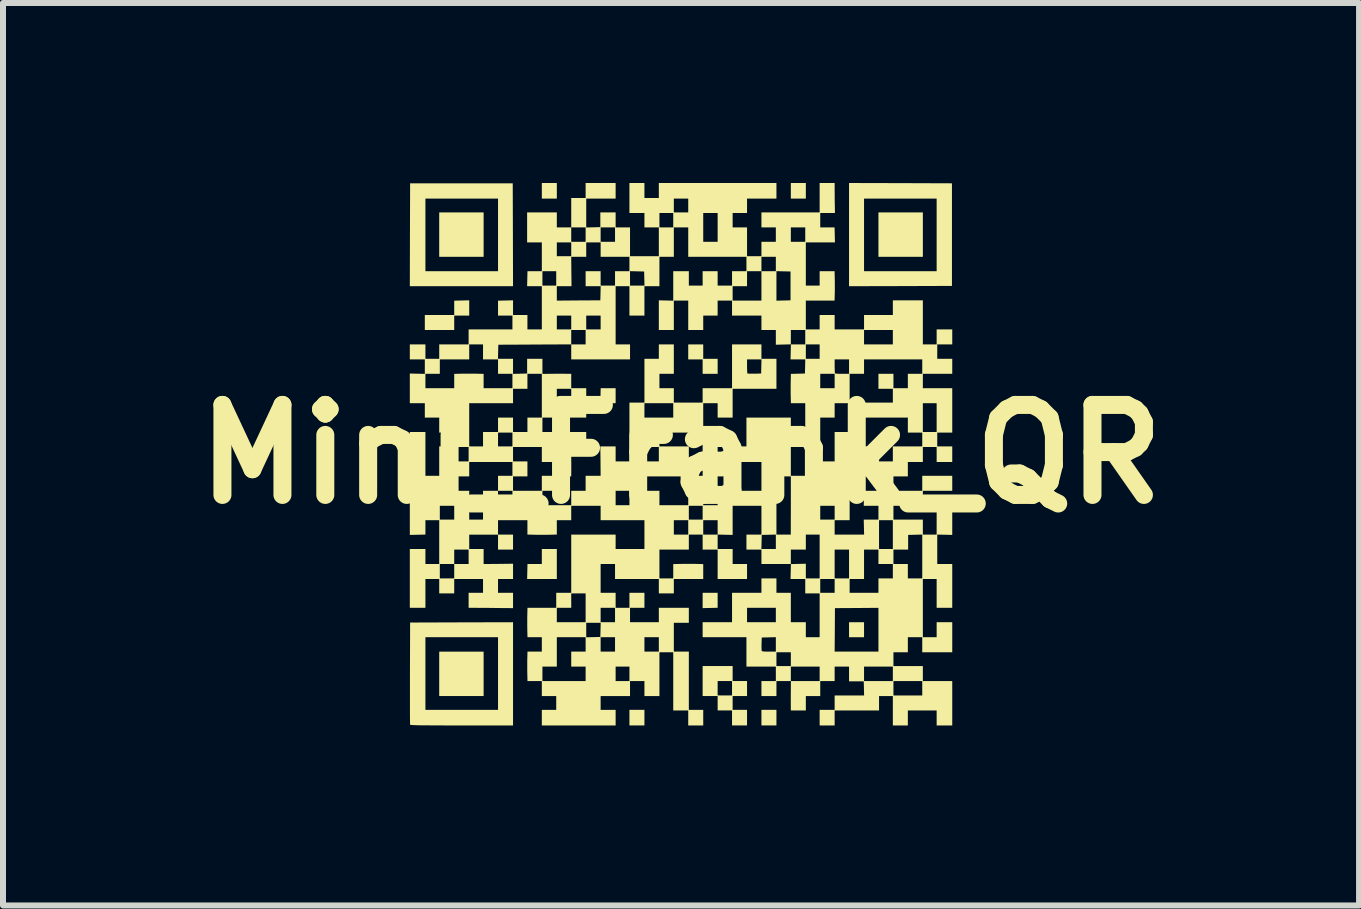
<source format=kicad_pcb>
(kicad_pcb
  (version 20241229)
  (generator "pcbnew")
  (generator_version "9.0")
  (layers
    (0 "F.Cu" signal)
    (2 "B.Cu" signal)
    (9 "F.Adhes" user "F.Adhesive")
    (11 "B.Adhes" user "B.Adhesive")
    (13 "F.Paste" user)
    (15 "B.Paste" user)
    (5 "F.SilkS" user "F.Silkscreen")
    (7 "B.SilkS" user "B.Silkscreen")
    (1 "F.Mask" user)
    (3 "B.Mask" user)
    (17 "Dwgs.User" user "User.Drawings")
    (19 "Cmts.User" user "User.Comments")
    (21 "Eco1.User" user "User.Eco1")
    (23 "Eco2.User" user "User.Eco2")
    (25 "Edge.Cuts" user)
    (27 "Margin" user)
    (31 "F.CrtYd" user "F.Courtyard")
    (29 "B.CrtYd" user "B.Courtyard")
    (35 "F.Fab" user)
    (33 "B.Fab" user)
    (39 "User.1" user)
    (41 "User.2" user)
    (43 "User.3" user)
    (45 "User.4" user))
  (footprint "Mini_Frank_QR"
    (layer "F.Cu")
    (at 8.3 4.52)
    (property "Reference" "Mini_Frank_QR" (at 0 0 0) (layer "F.SilkS") (effects (font (size 1.5 1.5) (thickness 0.3))))
    (attr board_only exclude_from_pos_files exclude_from_bom)
    (fp_poly (pts (xy -3.29 -3.66) (xy -3.29 -3.29) (xy -3.66 -3.29) (xy -4.03 -3.29) (xy -4.03 -3.66) (xy -4.03 -4.03) (xy -3.66 -4.03) (xy -3.29 -4.03)) (stroke (width 0) (type solid)) (fill yes) (layer "F.SilkS"))
    (fp_poly (pts (xy -3.29 3.66) (xy -3.29 4.03) (xy -3.66 4.03) (xy -4.03 4.03) (xy -4.03 3.66) (xy -4.03 3.29) (xy -3.66 3.29) (xy -3.29 3.29)) (stroke (width 0) (type solid)) (fill yes) (layer "F.SilkS"))
    (fp_poly (pts (xy -2.07 -4.39) (xy -2.07 -4.26) (xy -2.195 -4.26) (xy -2.32 -4.26) (xy -2.32 -4.39) (xy -2.32 -4.52) (xy -2.195 -4.52) (xy -2.07 -4.52)) (stroke (width 0) (type solid)) (fill yes) (layer "F.SilkS"))
    (fp_poly (pts (xy -1.09 -0.975) (xy -1.09 -0.85) (xy -1.218 -0.85) (xy -1.345 -0.85) (xy -1.342 -0.975) (xy -1.339 -1.1) (xy -1.214 -1.1) (xy -1.09 -1.1)) (stroke (width 0) (type solid)) (fill yes) (layer "F.SilkS"))
    (fp_poly (pts (xy -0.61 4.39) (xy -0.61 4.52) (xy -0.735 4.52) (xy -0.86 4.52) (xy -0.86 4.39) (xy -0.86 4.26) (xy -0.735 4.26) (xy -0.61 4.26)) (stroke (width 0) (type solid)) (fill yes) (layer "F.SilkS"))
    (fp_poly (pts (xy 0.61 2.434) (xy 0.61 2.559) (xy 0.485 2.562) (xy 0.36 2.565) (xy 0.36 2.438) (xy 0.36 2.31) (xy 0.485 2.31) (xy 0.61 2.31)) (stroke (width 0) (type solid)) (fill yes) (layer "F.SilkS"))
    (fp_poly (pts (xy 1.59 4.39) (xy 1.59 4.52) (xy 1.465 4.52) (xy 1.34 4.52) (xy 1.34 4.39) (xy 1.34 4.26) (xy 1.465 4.26) (xy 1.59 4.26)) (stroke (width 0) (type solid)) (fill yes) (layer "F.SilkS"))
    (fp_poly (pts (xy 2.08 -4.39) (xy 2.08 -4.26) (xy 1.955 -4.26) (xy 1.83 -4.26) (xy 1.83 -4.39) (xy 1.83 -4.52) (xy 1.955 -4.52) (xy 2.08 -4.52)) (stroke (width 0) (type solid)) (fill yes) (layer "F.SilkS"))
    (fp_poly (pts (xy 3.05 2.925) (xy 3.05 3.05) (xy 2.925 3.05) (xy 2.8 3.05) (xy 2.8 2.925) (xy 2.8 2.8) (xy 2.925 2.8) (xy 3.05 2.8)) (stroke (width 0) (type solid)) (fill yes) (layer "F.SilkS"))
    (fp_poly (pts (xy 4.03 -3.66) (xy 4.03 -3.29) (xy 3.66 -3.29) (xy 3.29 -3.29) (xy 3.29 -3.66) (xy 3.29 -4.03) (xy 3.66 -4.03) (xy 4.03 -4.03)) (stroke (width 0) (type solid)) (fill yes) (layer "F.SilkS"))
    (fp_poly (pts (xy -2.07 1.83) (xy -2.07 2.08) (xy -2.317 2.08) (xy -2.565 2.08) (xy -2.562 1.955) (xy -2.559 1.83) (xy -2.439 1.83) (xy -2.32 1.83) (xy -2.32 1.705) (xy -2.32 1.58) (xy -2.195 1.58) (xy -2.07 1.58)) (stroke (width 0) (type solid)) (fill yes) (layer "F.SilkS"))
    (fp_poly (pts (xy -3.53 -2.438) (xy -3.53 -2.31) (xy -3.655 -2.31) (xy -3.78 -2.31) (xy -3.78 -2.19) (xy -3.78 -2.07) (xy -4.025 -2.07) (xy -4.27 -2.07) (xy -4.27 -2.195) (xy -4.27 -2.32) (xy -4.025 -2.32) (xy -3.78 -2.32) (xy -3.78 -2.439) (xy -3.78 -2.559) (xy -3.655 -2.562) (xy -3.53 -2.565)) (stroke (width 0) (type solid)) (fill yes) (layer "F.SilkS"))
    (fp_poly (pts (xy 0.37 -1.71) (xy 0.37 -1.59) (xy 0.49 -1.59) (xy 0.61 -1.59) (xy 0.61 -1.465) (xy 0.61 -1.34) (xy 0.485 -1.34) (xy 0.36 -1.34) (xy 0.36 -1.46) (xy 0.36 -1.58) (xy 0.24 -1.58) (xy 0.12 -1.58) (xy 0.12 -1.705) (xy 0.12 -1.83) (xy 0.245 -1.83) (xy 0.37 -1.83)) (stroke (width 0) (type solid)) (fill yes) (layer "F.SilkS"))
    (fp_poly (pts (xy -2.802 -3.658) (xy -2.8 -2.8) (xy -3.66 -2.8) (xy -4.52 -2.8) (xy -4.518 -3.655) (xy -4.26 -3.655) (xy -4.26 -3.05) (xy -3.655 -3.05) (xy -3.05 -3.05) (xy -3.05 -3.655) (xy -3.05 -4.26) (xy -3.655 -4.26) (xy -4.26 -4.26) (xy -4.26 -3.655) (xy -4.518 -3.655) (xy -4.518 -3.658) (xy -4.515 -4.515) (xy -3.66 -4.515) (xy -2.805 -4.515)) (stroke (width 0) (type solid)) (fill yes) (layer "F.SilkS"))
    (fp_poly (pts (xy 3.658 -4.518) (xy 4.515 -4.515) (xy 4.515 -3.66) (xy 4.515 -2.805) (xy 3.658 -2.802) (xy 2.8 -2.8) (xy 2.8 -3.655) (xy 3.05 -3.655) (xy 3.05 -3.05) (xy 3.655 -3.05) (xy 4.26 -3.05) (xy 4.26 -3.655) (xy 4.26 -4.26) (xy 3.655 -4.26) (xy 3.05 -4.26) (xy 3.05 -3.655) (xy 2.8 -3.655) (xy 2.8 -3.66) (xy 2.8 -4.52)) (stroke (width 0) (type solid)) (fill yes) (layer "F.SilkS"))
    (fp_poly (pts (xy 0.86 3.655) (xy 0.86 3.78) (xy 0.98 3.78) (xy 1.1 3.78) (xy 1.1 3.905) (xy 1.1 4.03) (xy 0.98 4.03) (xy 0.86 4.03) (xy 0.86 4.145) (xy 0.86 4.26) (xy 0.98 4.26) (xy 1.1 4.26) (xy 1.1 4.39) (xy 1.1 4.52) (xy 0.975 4.52) (xy 0.85 4.52) (xy 0.85 4.395) (xy 0.85 4.27) (xy 0.73 4.27) (xy 0.61 4.27) (xy 0.61 4.15) (xy 0.61 4.03) (xy 0.485 4.03) (xy 0.36 4.03) (xy 0.36 3.9) (xy 0.61 3.9) (xy 0.61 4.02) (xy 0.73 4.02) (xy 0.85 4.02) (xy 0.85 3.9) (xy 0.85 3.78) (xy 0.73 3.78) (xy 0.61 3.78) (xy 0.61 3.9) (xy 0.36 3.9) (xy 0.36 3.78) (xy 0.36 3.53) (xy 0.61 3.53) (xy 0.86 3.53)) (stroke (width 0) (type solid)) (fill yes) (layer "F.SilkS"))
    (fp_poly (pts (xy -2.8 3.66) (xy -2.8 4.52) (xy -3.655 4.52) (xy -3.812 4.52) (xy -3.949 4.52) (xy -4.069 4.519) (xy -4.172 4.519) (xy -4.259 4.518) (xy -4.332 4.518) (xy -4.39 4.517) (xy -4.436 4.515) (xy -4.471 4.514) (xy -4.495 4.512) (xy -4.509 4.51) (xy -4.515 4.508) (xy -4.515 4.508) (xy -4.516 4.496) (xy -4.517 4.466) (xy -4.517 4.418) (xy -4.518 4.356) (xy -4.518 4.279) (xy -4.518 4.189) (xy -4.518 4.089) (xy -4.518 3.979) (xy -4.518 3.861) (xy -4.518 3.736) (xy -4.518 3.655) (xy -4.26 3.655) (xy -4.26 4.26) (xy -3.655 4.26) (xy -3.05 4.26) (xy -3.05 3.655) (xy -3.05 3.05) (xy -3.655 3.05) (xy -4.26 3.05) (xy -4.26 3.655) (xy -4.518 3.655) (xy -4.518 3.65) (xy -4.515 2.805) (xy -3.658 2.802) (xy -2.8 2.8)) (stroke (width 0) (type solid)) (fill yes) (layer "F.SilkS"))
    (fp_poly (pts (xy -1.09 -4.39) (xy -1.09 -4.26) (xy -1.335 -4.26) (xy -1.58 -4.26) (xy -1.58 -4.02) (xy -1.58 -3.779) (xy -1.462 -3.782) (xy -1.345 -3.785) (xy -1.345 -3.908) (xy -1.345 -4.03) (xy -1.218 -4.03) (xy -1.09 -4.03) (xy -1.09 -3.905) (xy -1.09 -3.78) (xy -0.97 -3.78) (xy -0.85 -3.78) (xy -0.85 -3.54) (xy -0.85 -3.3) (xy -0.61 -3.3) (xy -0.37 -3.3) (xy -0.37 -3.54) (xy -0.37 -3.78) (xy -0.49 -3.78) (xy -0.61 -3.78) (xy -0.61 -3.9) (xy -0.36 -3.9) (xy -0.36 -3.78) (xy -0.245 -3.78) (xy -0.13 -3.78) (xy -0.13 -3.9) (xy -0.13 -4.02) (xy -0.245 -4.02) (xy -0.36 -4.02) (xy -0.36 -3.9) (xy -0.61 -3.9) (xy -0.61 -4.02) (xy -0.735 -4.02) (xy -0.86 -4.02) (xy -0.86 -4.145) (xy -0.12 -4.145) (xy -0.12 -4.03) (xy 0 -4.03) (xy 0.12 -4.03) (xy 0.12 -4.145) (xy 0.12 -4.26) (xy 0 -4.26) (xy -0.12 -4.26) (xy -0.12 -4.145) (xy -0.86 -4.145) (xy -0.86 -4.27) (xy -0.86 -4.52) (xy -0.735 -4.52) (xy -0.61 -4.52) (xy -0.61 -4.395) (xy -0.61 -4.27) (xy -0.49 -4.27) (xy -0.37 -4.27) (xy -0.37 -4.395) (xy -0.37 -4.52) (xy 0.61 -4.52) (xy 1.59 -4.52) (xy 1.59 -4.39) (xy 1.59 -4.26) (xy 1.345 -4.26) (xy 1.1 -4.26) (xy 1.1 -4.14) (xy 1.1 -4.02) (xy 0.98 -4.02) (xy 0.86 -4.02) (xy 0.86 -3.9) (xy 0.86 -3.78) (xy 0.98 -3.78) (xy 1.1 -3.78) (xy 1.1 -3.54) (xy 1.1 -3.3) (xy 1.22 -3.3) (xy 1.34 -3.3) (xy 1.34 -3.42) (xy 1.34 -3.54) (xy 1.46 -3.54) (xy 1.58 -3.54) (xy 1.58 -3.66) (xy 1.83 -3.66) (xy 1.83 -3.54) (xy 1.95 -3.54) (xy 2.07 -3.54) (xy 2.07 -3.66) (xy 2.07 -3.78) (xy 1.95 -3.78) (xy 1.83 -3.78) (xy 1.83 -3.66) (xy 1.58 -3.66) (xy 1.58 -3.78) (xy 1.46 -3.78) (xy 1.34 -3.78) (xy 1.34 -3.905) (xy 1.34 -4.03) (xy 1.825 -4.03) (xy 2.31 -4.03) (xy 2.31 -4.275) (xy 2.31 -4.52) (xy 2.435 -4.52) (xy 2.56 -4.52) (xy 2.56 -4.397) (xy 2.561 -4.334) (xy 2.561 -4.262) (xy 2.562 -4.19) (xy 2.563 -4.147) (xy 2.565 -4.02) (xy 2.442 -4.02) (xy 2.32 -4.02) (xy 2.32 -3.9) (xy 2.32 -3.78) (xy 2.439 -3.78) (xy 2.559 -3.78) (xy 2.562 -3.655) (xy 2.565 -3.53) (xy 2.322 -3.53) (xy 2.08 -3.53) (xy 2.08 -3.17) (xy 2.08 -2.81) (xy 2.195 -2.81) (xy 2.31 -2.81) (xy 2.31 -2.93) (xy 2.31 -3.05) (xy 2.434 -3.05) (xy 2.559 -3.05) (xy 2.562 -2.923) (xy 2.563 -2.859) (xy 2.563 -2.787) (xy 2.563 -2.719) (xy 2.562 -2.678) (xy 2.559 -2.56) (xy 2.32 -2.56) (xy 2.08 -2.56) (xy 2.08 -2.32) (xy 2.08 -2.08) (xy 2.195 -2.08) (xy 2.31 -2.08) (xy 2.31 -2.2) (xy 2.31 -2.32) (xy 2.435 -2.32) (xy 2.56 -2.32) (xy 2.56 -2.2) (xy 2.56 -2.08) (xy 2.805 -2.08) (xy 3.05 -2.08) (xy 3.05 -2.2) (xy 3.05 -2.32) (xy 3.29 -2.32) (xy 3.53 -2.32) (xy 3.53 -2.442) (xy 3.53 -2.565) (xy 3.78 -2.565) (xy 4.03 -2.565) (xy 4.03 -2.197) (xy 4.03 -1.83) (xy 4.145 -1.83) (xy 4.26 -1.83) (xy 4.26 -1.955) (xy 4.26 -2.08) (xy 4.39 -2.08) (xy 4.52 -2.08) (xy 4.52 -1.955) (xy 4.52 -1.83) (xy 4.395 -1.83) (xy 4.27 -1.83) (xy 4.27 -1.71) (xy 4.27 -1.59) (xy 4.395 -1.59) (xy 4.52 -1.59) (xy 4.52 -1.465) (xy 4.52 -1.34) (xy 4.275 -1.34) (xy 4.03 -1.34) (xy 4.03 -1.22) (xy 4.03 -1.1) (xy 4.275 -1.1) (xy 4.52 -1.1) (xy 4.52 -0.73) (xy 4.52 -0.36) (xy 4.395 -0.36) (xy 4.27 -0.36) (xy 4.27 -0.245) (xy 4.27 -0.13) (xy 4.395 -0.13) (xy 4.52 -0.13) (xy 4.52 0) (xy 4.52 0.13) (xy 4.39 0.13) (xy 4.26 0.13) (xy 4.26 0.005) (xy 4.26 -0.12) (xy 4.145 -0.12) (xy 4.03 -0.12) (xy 4.03 0.005) (xy 4.03 0.13) (xy 3.905 0.13) (xy 3.78 0.13) (xy 3.78 0.25) (xy 3.78 0.37) (xy 3.66 0.37) (xy 3.54 0.37) (xy 3.54 0.49) (xy 3.54 0.61) (xy 3.78 0.61) (xy 4.02 0.61) (xy 4.02 0.485) (xy 4.02 0.36) (xy 4.27 0.36) (xy 4.52 0.36) (xy 4.52 0.485) (xy 4.52 0.61) (xy 4.275 0.61) (xy 4.03 0.61) (xy 4.03 0.735) (xy 4.03 0.86) (xy 3.785 0.86) (xy 3.54 0.86) (xy 3.54 0.975) (xy 3.54 1.09) (xy 3.785 1.09) (xy 4.03 1.09) (xy 4.03 1.215) (xy 4.03 1.34) (xy 4.145 1.34) (xy 4.26 1.34) (xy 4.26 1.095) (xy 4.26 0.85) (xy 4.39 0.85) (xy 4.52 0.85) (xy 4.52 1.097) (xy 4.52 1.345) (xy 4.395 1.342) (xy 4.27 1.339) (xy 4.27 1.584) (xy 4.27 1.83) (xy 4.395 1.83) (xy 4.52 1.83) (xy 4.52 2.195) (xy 4.52 2.56) (xy 4.39 2.56) (xy 4.26 2.56) (xy 4.26 2.32) (xy 4.26 2.08) (xy 4.145 2.08) (xy 4.03 2.08) (xy 4.03 2.565) (xy 4.03 3.05) (xy 4.145 3.05) (xy 4.26 3.05) (xy 4.26 2.925) (xy 4.26 2.8) (xy 4.39 2.8) (xy 4.52 2.8) (xy 4.52 3.05) (xy 4.52 3.3) (xy 4.27 3.3) (xy 4.02 3.3) (xy 4.02 3.175) (xy 4.02 3.05) (xy 3.9 3.05) (xy 3.78 3.05) (xy 3.78 3.175) (xy 3.78 3.3) (xy 3.66 3.3) (xy 3.54 3.3) (xy 3.54 3.415) (xy 3.54 3.53) (xy 3.785 3.53) (xy 4.03 3.53) (xy 4.03 3.655) (xy 4.03 3.78) (xy 4.275 3.78) (xy 4.52 3.78) (xy 4.52 4.15) (xy 4.52 4.52) (xy 4.39 4.52) (xy 4.26 4.52) (xy 4.26 4.395) (xy 4.26 4.27) (xy 4.02 4.27) (xy 3.78 4.27) (xy 3.78 4.395) (xy 3.78 4.52) (xy 3.655 4.52) (xy 3.53 4.52) (xy 3.53 4.275) (xy 3.53 4.03) (xy 3.415 4.03) (xy 3.3 4.03) (xy 3.3 4.15) (xy 3.3 4.27) (xy 2.93 4.27) (xy 2.56 4.27) (xy 2.56 4.395) (xy 2.56 4.52) (xy 2.435 4.52) (xy 2.31 4.52) (xy 2.31 4.39) (xy 2.31 4.26) (xy 2.435 4.26) (xy 2.56 4.26) (xy 2.56 4.14) (xy 2.56 4.02) (xy 2.805 4.02) (xy 3.051 4.02) (xy 3.048 3.902) (xy 3.048 3.9) (xy 3.54 3.9) (xy 3.54 4.02) (xy 3.78 4.02) (xy 4.02 4.02) (xy 4.02 3.9) (xy 4.02 3.78) (xy 3.78 3.78) (xy 3.54 3.78) (xy 3.54 3.9) (xy 3.048 3.9) (xy 3.045 3.785) (xy 2.922 3.785) (xy 2.8 3.785) (xy 2.8 3.663) (xy 2.8 3.66) (xy 3.05 3.66) (xy 3.05 3.78) (xy 3.29 3.78) (xy 3.53 3.78) (xy 3.53 3.66) (xy 3.53 3.54) (xy 3.29 3.54) (xy 3.05 3.54) (xy 3.05 3.66) (xy 2.8 3.66) (xy 2.8 3.54) (xy 2.68 3.54) (xy 2.56 3.54) (xy 2.56 3.66) (xy 2.56 3.78) (xy 2.44 3.78) (xy 2.32 3.78) (xy 2.32 3.905) (xy 2.32 4.03) (xy 2.2 4.03) (xy 2.08 4.03) (xy 2.08 4.15) (xy 2.08 4.27) (xy 1.955 4.27) (xy 1.83 4.27) (xy 1.829 4.147) (xy 1.829 4.083) (xy 1.829 4.01) (xy 1.83 3.939) (xy 1.83 3.902) (xy 1.831 3.78) (xy 2.07 3.78) (xy 2.31 3.78) (xy 2.31 3.66) (xy 2.31 3.54) (xy 2.07 3.54) (xy 1.83 3.54) (xy 1.83 3.66) (xy 1.83 3.78) (xy 1.711 3.78) (xy 1.59 3.78) (xy 1.59 3.905) (xy 1.59 4.03) (xy 1.465 4.03) (xy 1.34 4.03) (xy 1.34 3.905) (xy 1.34 3.78) (xy 1.46 3.78) (xy 1.58 3.78) (xy 1.58 3.66) (xy 1.58 3.54) (xy 1.335 3.54) (xy 1.09 3.54) (xy 1.09 3.415) (xy 1.59 3.415) (xy 1.59 3.53) (xy 1.71 3.53) (xy 1.83 3.53) (xy 1.83 3.415) (xy 1.83 3.3) (xy 1.71 3.3) (xy 1.59 3.3) (xy 1.59 3.415) (xy 1.09 3.415) (xy 1.09 3.295) (xy 1.09 3.204) (xy 1.341 3.204) (xy 1.342 3.242) (xy 1.343 3.268) (xy 1.344 3.277) (xy 1.352 3.283) (xy 1.372 3.287) (xy 1.407 3.289) (xy 1.459 3.29) (xy 1.465 3.29) (xy 1.58 3.29) (xy 2.56 3.29) (xy 2.925 3.29) (xy 3.29 3.29) (xy 3.29 2.925) (xy 3.29 2.56) (xy 2.928 2.563) (xy 2.565 2.565) (xy 2.563 2.928) (xy 2.56 3.29) (xy 1.58 3.29) (xy 1.58 3.17) (xy 1.58 3.049) (xy 1.462 3.052) (xy 1.345 3.055) (xy 1.342 3.159) (xy 1.341 3.204) (xy 1.09 3.204) (xy 1.09 3.05) (xy 0.725 3.05) (xy 0.36 3.05) (xy 0.36 2.925) (xy 0.36 2.8) (xy 0.605 2.8) (xy 0.85 2.8) (xy 0.85 2.68) (xy 1.1 2.68) (xy 1.1 2.8) (xy 1.34 2.8) (xy 1.58 2.8) (xy 1.58 2.68) (xy 1.58 2.56) (xy 1.34 2.56) (xy 1.1 2.56) (xy 1.1 2.68) (xy 0.85 2.68) (xy 0.85 2.555) (xy 0.85 2.31) (xy 1.095 2.31) (xy 1.34 2.31) (xy 1.34 2.19) (xy 1.34 2.07) (xy 1.465 2.07) (xy 1.59 2.07) (xy 1.59 2.19) (xy 1.59 2.31) (xy 1.71 2.31) (xy 1.83 2.31) (xy 1.83 2.555) (xy 1.83 2.8) (xy 1.955 2.8) (xy 2.08 2.8) (xy 2.08 2.925) (xy 2.08 3.05) (xy 2.195 3.05) (xy 2.31 3.05) (xy 2.31 2.685) (xy 2.31 2.32) (xy 2.19 2.32) (xy 2.07 2.32) (xy 2.07 2.2) (xy 2.07 2.195) (xy 2.32 2.195) (xy 2.32 2.31) (xy 2.44 2.31) (xy 2.56 2.31) (xy 2.56 2.195) (xy 2.56 2.08) (xy 2.81 2.08) (xy 2.81 2.195) (xy 2.81 2.31) (xy 3.05 2.31) (xy 3.29 2.31) (xy 3.29 2.19) (xy 3.29 2.07) (xy 3.41 2.07) (xy 3.53 2.07) (xy 3.53 1.95) (xy 3.53 1.83) (xy 3.41 1.83) (xy 3.29 1.83) (xy 3.29 1.71) (xy 3.29 1.59) (xy 3.54 1.59) (xy 3.54 1.71) (xy 3.54 1.83) (xy 3.66 1.83) (xy 3.78 1.83) (xy 3.78 1.95) (xy 3.78 2.07) (xy 3.9 2.07) (xy 4.02 2.07) (xy 4.02 1.705) (xy 4.02 1.339) (xy 3.902 1.342) (xy 3.785 1.345) (xy 3.785 1.468) (xy 3.785 1.59) (xy 3.663 1.59) (xy 3.54 1.59) (xy 3.29 1.59) (xy 3.17 1.59) (xy 3.05 1.59) (xy 3.05 1.835) (xy 3.05 2.08) (xy 2.93 2.08) (xy 2.81 2.08) (xy 2.56 2.08) (xy 2.44 2.08) (xy 2.32 2.08) (xy 2.32 2.195) (xy 2.07 2.195) (xy 2.07 2.08) (xy 1.948 2.08) (xy 1.825 2.08) (xy 1.828 1.955) (xy 1.831 1.831) (xy 1.955 1.828) (xy 2.08 1.825) (xy 2.08 1.948) (xy 2.08 2.07) (xy 2.195 2.07) (xy 2.31 2.07) (xy 2.56 2.07) (xy 2.68 2.07) (xy 2.8 2.07) (xy 2.8 1.83) (xy 2.8 1.59) (xy 2.68 1.59) (xy 2.56 1.59) (xy 2.56 1.83) (xy 2.56 2.07) (xy 2.31 2.07) (xy 2.31 1.705) (xy 2.31 1.34) (xy 2.195 1.34) (xy 2.08 1.34) (xy 2.08 1.465) (xy 2.08 1.59) (xy 1.955 1.59) (xy 1.83 1.59) (xy 1.83 1.711) (xy 1.83 1.83) (xy 1.586 1.83) (xy 1.34 1.83) (xy 1.34 1.71) (xy 1.34 1.59) (xy 1.215 1.59) (xy 1.09 1.59) (xy 1.09 1.58) (xy 1.339 1.58) (xy 1.46 1.58) (xy 1.58 1.58) (xy 1.58 1.46) (xy 1.58 1.339) (xy 1.462 1.342) (xy 1.345 1.345) (xy 1.342 1.462) (xy 1.339 1.58) (xy 1.09 1.58) (xy 1.09 1.465) (xy 1.09 1.34) (xy 1.215 1.34) (xy 1.34 1.34) (xy 1.34 1.1) (xy 1.34 0.86) (xy 1.1 0.86) (xy 0.86 0.86) (xy 0.86 1.103) (xy 0.86 1.345) (xy 0.735 1.342) (xy 0.61 1.339) (xy 0.61 1.22) (xy 0.61 1.1) (xy 0.49 1.1) (xy 0.37 1.1) (xy 0.37 1.22) (xy 0.37 1.34) (xy 0.49 1.34) (xy 0.61 1.34) (xy 0.61 1.459) (xy 0.61 1.58) (xy 0.735 1.58) (xy 0.86 1.58) (xy 0.86 1.705) (xy 0.86 1.83) (xy 0.98 1.83) (xy 1.1 1.83) (xy 1.1 1.955) (xy 1.1 2.08) (xy 0.855 2.08) (xy 0.61 2.08) (xy 0.61 1.835) (xy 0.61 1.59) (xy 0.485 1.59) (xy 0.36 1.59) (xy 0.36 1.465) (xy 0.36 1.34) (xy 0.245 1.34) (xy 0.13 1.34) (xy 0.13 1.465) (xy 0.13 1.59) (xy -0.115 1.59) (xy -0.36 1.59) (xy -0.36 1.83) (xy -0.36 2.07) (xy -0.245 2.07) (xy -0.13 2.07) (xy -0.13 1.951) (xy -0.13 1.831) (xy 0.003 1.828) (xy 0.067 1.827) (xy 0.138 1.827) (xy 0.207 1.827) (xy 0.253 1.828) (xy 0.37 1.831) (xy 0.37 1.955) (xy 0.37 2.08) (xy 0.125 2.08) (xy -0.12 2.08) (xy -0.12 2.2) (xy -0.12 2.32) (xy -0.245 2.32) (xy -0.37 2.32) (xy -0.37 2.2) (xy -0.37 2.08) (xy -0.735 2.08) (xy -1.1 2.08) (xy -1.1 1.955) (xy -1.1 1.83) (xy -1.22 1.83) (xy -1.34 1.83) (xy -1.34 2.07) (xy -1.34 2.31) (xy -1.215 2.31) (xy -1.09 2.31) (xy -1.09 2.435) (xy -1.09 2.56) (xy -0.975 2.56) (xy -0.86 2.56) (xy -0.86 2.435) (xy -0.86 2.31) (xy -0.735 2.31) (xy -0.61 2.31) (xy -0.61 2.435) (xy -0.61 2.56) (xy -0.73 2.56) (xy -0.85 2.56) (xy -0.85 2.68) (xy -0.85 2.8) (xy -0.61 2.8) (xy -0.37 2.8) (xy -0.37 2.68) (xy -0.37 2.56) (xy -0.12 2.56) (xy 0.13 2.56) (xy 0.13 2.685) (xy 0.13 2.81) (xy 0.005 2.81) (xy -0.12 2.81) (xy -0.12 3.05) (xy -0.12 3.29) (xy 0.005 3.29) (xy 0.13 3.29) (xy 0.13 3.775) (xy 0.13 4.26) (xy 0.25 4.26) (xy 0.37 4.26) (xy 0.37 4.39) (xy 0.37 4.52) (xy 0.245 4.52) (xy 0.12 4.52) (xy 0.12 4.395) (xy 0.12 4.27) (xy -0.005 4.27) (xy -0.13 4.27) (xy -0.13 3.785) (xy -0.13 3.3) (xy -0.245 3.3) (xy -0.36 3.3) (xy -0.36 3.665) (xy -0.36 4.03) (xy -0.485 4.03) (xy -0.61 4.03) (xy -0.61 3.905) (xy -0.61 3.78) (xy -0.73 3.78) (xy -0.85 3.78) (xy -0.85 3.905) (xy -0.85 4.03) (xy -1.095 4.03) (xy -1.34 4.03) (xy -1.34 4.145) (xy -1.34 4.26) (xy -1.215 4.26) (xy -1.09 4.26) (xy -1.09 4.39) (xy -1.09 4.52) (xy -1.705 4.52) (xy -2.32 4.52) (xy -2.32 4.39) (xy -2.32 4.26) (xy -2.2 4.26) (xy -2.08 4.26) (xy -2.08 4.145) (xy -2.08 4.03) (xy -2.2 4.03) (xy -2.32 4.03) (xy -2.32 3.905) (xy -2.32 3.78) (xy -2.439 3.78) (xy -2.559 3.78) (xy -2.562 3.652) (xy -2.563 3.589) (xy -2.563 3.54) (xy -2.31 3.54) (xy -2.31 3.66) (xy -2.31 3.78) (xy -1.95 3.78) (xy -1.59 3.78) (xy -1.59 3.66) (xy -1.09 3.66) (xy -1.09 3.78) (xy -0.975 3.78) (xy -0.86 3.78) (xy -0.86 3.66) (xy -0.86 3.54) (xy -0.975 3.54) (xy -1.09 3.54) (xy -1.09 3.66) (xy -1.59 3.66) (xy -1.59 3.54) (xy -1.71 3.54) (xy -1.83 3.54) (xy -1.83 3.415) (xy -1.83 3.29) (xy -1.71 3.29) (xy -1.59 3.29) (xy -1.59 3.17) (xy -1.34 3.17) (xy -1.34 3.29) (xy -1.22 3.29) (xy -1.1 3.29) (xy -1.1 3.17) (xy -0.61 3.17) (xy -0.61 3.29) (xy -0.49 3.29) (xy -0.37 3.29) (xy -0.37 3.17) (xy -0.37 3.05) (xy -0.49 3.05) (xy -0.61 3.05) (xy -0.61 3.17) (xy -1.1 3.17) (xy -1.1 3.05) (xy -1.22 3.05) (xy -1.34 3.05) (xy -1.34 3.17) (xy -1.59 3.17) (xy -1.59 3.05) (xy -1.83 3.05) (xy -2.07 3.05) (xy -2.07 3.295) (xy -2.07 3.54) (xy -2.19 3.54) (xy -2.31 3.54) (xy -2.563 3.54) (xy -2.563 3.517) (xy -2.563 3.449) (xy -2.562 3.408) (xy -2.559 3.29) (xy -2.44 3.29) (xy -2.32 3.29) (xy -2.32 3.17) (xy -2.32 3.05) (xy -2.439 3.05) (xy -2.559 3.05) (xy -2.562 2.93) (xy -1.58 2.93) (xy -1.58 3.051) (xy -1.462 3.048) (xy -1.345 3.045) (xy -1.342 2.928) (xy -1.339 2.81) (xy -1.46 2.81) (xy -1.58 2.81) (xy -1.58 2.93) (xy -2.562 2.93) (xy -2.562 2.922) (xy -2.563 2.859) (xy -2.563 2.787) (xy -2.563 2.719) (xy -2.562 2.678) (xy -2.559 2.56) (xy -2.32 2.56) (xy -2.08 2.56) (xy -2.07 2.56) (xy -2.07 2.68) (xy -2.07 2.8) (xy -1.83 2.8) (xy -1.59 2.8) (xy -1.59 2.68) (xy -1.34 2.68) (xy -1.34 2.8) (xy -1.22 2.8) (xy -1.1 2.8) (xy -1.1 2.68) (xy -1.1 2.56) (xy -1.22 2.56) (xy -1.34 2.56) (xy -1.34 2.68) (xy -1.59 2.68) (xy -1.59 2.56) (xy -1.59 2.32) (xy -1.71 2.32) (xy -1.83 2.32) (xy -1.83 2.44) (xy -1.83 2.56) (xy -1.95 2.56) (xy -2.07 2.56) (xy -2.08 2.56) (xy -2.08 2.435) (xy -2.08 2.31) (xy -1.955 2.31) (xy -1.83 2.31) (xy -1.83 1.825) (xy -1.83 1.34) (xy -1.46 1.34) (xy -1.09 1.34) (xy -1.09 1.46) (xy -1.09 1.58) (xy -0.85 1.58) (xy -0.61 1.58) (xy -0.61 1.34) (xy -0.61 1.22) (xy -0.12 1.22) (xy -0.12 1.34) (xy 0 1.34) (xy 0.12 1.34) (xy 0.12 1.22) (xy 0.12 1.1) (xy 0 1.1) (xy -0.12 1.1) (xy -0.12 1.22) (xy -0.61 1.22) (xy -0.61 1.1) (xy -0.975 1.1) (xy -1.34 1.1) (xy -1.34 0.98) (xy -1.34 0.975) (xy 0.13 0.975) (xy 0.13 1.09) (xy 0.245 1.09) (xy 0.36 1.09) (xy 0.36 0.975) (xy 0.36 0.86) (xy 0.245 0.86) (xy 0.13 0.86) (xy 0.13 0.975) (xy -1.34 0.975) (xy -1.34 0.86) (xy -1.585 0.86) (xy -1.83 0.86) (xy -1.83 0.98) (xy -1.83 1.1) (xy -1.95 1.1) (xy -2.07 1.1) (xy -2.07 1.219) (xy -2.07 1.339) (xy -2.193 1.342) (xy -2.258 1.343) (xy -2.331 1.343) (xy -2.401 1.343) (xy -2.438 1.342) (xy -2.56 1.339) (xy -2.56 1.219) (xy -2.56 1.1) (xy -2.805 1.1) (xy -3.05 1.1) (xy -3.05 1.22) (xy -3.05 1.34) (xy -2.925 1.34) (xy -2.8 1.34) (xy -2.8 1.465) (xy -2.8 1.59) (xy -2.925 1.59) (xy -3.05 1.59) (xy -3.05 1.465) (xy -3.05 1.341) (xy -3.29 1.341) (xy -3.53 1.341) (xy -3.53 1.46) (xy -3.53 1.58) (xy -3.41 1.58) (xy -3.29 1.58) (xy -3.29 1.705) (xy -3.29 1.83) (xy -3.045 1.828) (xy -2.8 1.825) (xy -2.8 1.952) (xy -2.8 2.08) (xy -2.925 2.08) (xy -3.05 2.08) (xy -3.05 2.195) (xy -3.05 2.31) (xy -2.925 2.31) (xy -2.8 2.31) (xy -2.8 2.438) (xy -2.8 2.565) (xy -3.053 2.563) (xy -3.13 2.562) (xy -3.208 2.561) (xy -3.282 2.561) (xy -3.348 2.561) (xy -3.401 2.56) (xy -3.422 2.56) (xy -3.54 2.56) (xy -3.54 2.435) (xy -3.54 2.31) (xy -3.42 2.31) (xy -3.3 2.31) (xy -3.3 2.195) (xy -3.3 2.08) (xy -3.54 2.08) (xy -3.78 2.08) (xy -3.78 2.2) (xy -3.78 2.32) (xy -3.905 2.32) (xy -4.03 2.32) (xy -4.03 2.2) (xy -4.03 2.08) (xy -4.145 2.08) (xy -4.26 2.08) (xy -4.26 2.32) (xy -4.26 2.56) (xy -4.39 2.56) (xy -4.52 2.56) (xy -4.52 2.07) (xy -4.52 1.58) (xy -4.39 1.58) (xy -4.26 1.58) (xy -4.26 1.705) (xy -4.26 1.83) (xy -4.145 1.83) (xy -4.03 1.83) (xy -4.02 1.83) (xy -4.02 1.95) (xy -4.02 2.07) (xy -3.9 2.07) (xy -3.78 2.07) (xy -3.78 1.95) (xy -3.78 1.83) (xy -3.66 1.83) (xy -3.54 1.83) (xy -3.54 1.71) (xy -3.54 1.59) (xy -3.66 1.59) (xy -3.78 1.59) (xy -3.78 1.71) (xy -3.78 1.83) (xy -3.9 1.83) (xy -4.02 1.83) (xy -4.03 1.83) (xy -4.03 1.465) (xy -4.03 1.1) (xy -4.145 1.1) (xy -4.26 1.1) (xy -4.26 1.219) (xy -4.26 1.339) (xy -4.39 1.342) (xy -4.52 1.345) (xy -4.52 0.975) (xy -4.02 0.975) (xy -4.02 1.09) (xy -3.9 1.09) (xy -3.78 1.09) (xy -3.78 0.975) (xy -3.78 0.86) (xy -3.9 0.86) (xy -4.02 0.86) (xy -4.02 0.975) (xy -4.52 0.975) (xy -4.52 0.487) (xy -4.52 0.37) (xy -3.78 0.37) (xy -3.78 0.49) (xy -3.78 0.61) (xy -3.655 0.61) (xy -3.53 0.61) (xy -3.53 0.85) (xy -3.53 1.09) (xy -3.415 1.09) (xy -3.3 1.09) (xy -3.3 0.855) (xy 1.59 0.855) (xy 1.59 1.34) (xy 1.71 1.34) (xy 1.829 1.34) (xy 1.829 1.1) (xy 2.56 1.1) (xy 2.56 1.22) (xy 2.56 1.34) (xy 2.806 1.34) (xy 3.051 1.34) (xy 3.3 1.34) (xy 3.3 1.58) (xy 3.415 1.58) (xy 3.53 1.58) (xy 3.53 1.34) (xy 3.53 1.1) (xy 3.415 1.1) (xy 3.3 1.1) (xy 3.3 1.34) (xy 3.051 1.34) (xy 3.048 1.215) (xy 3.045 1.09) (xy 3.167 1.09) (xy 3.29 1.09) (xy 3.29 0.975) (xy 3.29 0.86) (xy 3.167 0.86) (xy 3.045 0.86) (xy 3.048 0.735) (xy 3.051 0.61) (xy 3.171 0.61) (xy 3.29 0.61) (xy 3.29 0.49) (xy 3.29 0.37) (xy 3.17 0.37) (xy 3.05 0.37) (xy 3.05 0.49) (xy 3.05 0.61) (xy 2.93 0.61) (xy 2.81 0.61) (xy 2.81 0.855) (xy 2.81 1.1) (xy 2.685 1.1) (xy 2.56 1.1) (xy 1.829 1.1) (xy 1.83 0.975) (xy 2.32 0.975) (xy 2.32 1.09) (xy 2.44 1.09) (xy 2.56 1.09) (xy 2.56 0.975) (xy 2.56 0.86) (xy 2.44 0.86) (xy 2.32 0.86) (xy 2.32 0.975) (xy 1.83 0.975) (xy 1.83 0.855) (xy 1.83 0.49) (xy 2.08 0.49) (xy 2.08 0.61) (xy 2.195 0.61) (xy 2.31 0.61) (xy 2.31 0.49) (xy 2.31 0.37) (xy 2.195 0.37) (xy 2.08 0.37) (xy 2.08 0.49) (xy 1.83 0.49) (xy 1.83 0.37) (xy 1.71 0.37) (xy 1.59 0.37) (xy 1.59 0.855) (xy -3.3 0.855) (xy -3.3 0.85) (xy -3.3 0.73) (xy -3.05 0.73) (xy -3.05 0.85) (xy -2.93 0.85) (xy -2.81 0.85) (xy -2.81 0.73) (xy -2.81 0.61) (xy -2.93 0.61) (xy -3.05 0.61) (xy -3.05 0.73) (xy -3.3 0.73) (xy -3.3 0.61) (xy -3.175 0.61) (xy -3.05 0.61) (xy -3.05 0.485) (xy -3.05 0.36) (xy -2.93 0.36) (xy -2.81 0.36) (xy -2.81 0.245) (xy -2.81 0.13) (xy -3.17 0.13) (xy -3.53 0.13) (xy -3.53 0.25) (xy -3.53 0.37) (xy -3.655 0.37) (xy -3.78 0.37) (xy -4.52 0.37) (xy -4.52 -0.37) (xy -4.39 -0.37) (xy -4.26 -0.37) (xy -4.26 -0.005) (xy -4.26 0.36) (xy -4.145 0.36) (xy -4.03 0.36) (xy -4.03 0.115) (xy -4.03 0) (xy -3.78 0) (xy -3.78 0.12) (xy -3.66 0.12) (xy -3.54 0.12) (xy -3.54 0) (xy -2.8 0) (xy -2.8 0.12) (xy -2.68 0.12) (xy -2.56 0.12) (xy -2.56 0.245) (xy -2.56 0.37) (xy -2.68 0.37) (xy -2.8 0.37) (xy -2.8 0.49) (xy -2.8 0.61) (xy -2.56 0.61) (xy -2.32 0.61) (xy -2.32 0.485) (xy -2.32 0.36) (xy -2.2 0.36) (xy -2.08 0.36) (xy -2.08 0.245) (xy -2.08 0.13) (xy -2.2 0.13) (xy -2.32 0.13) (xy -2.32 0.005) (xy -2.32 -0.12) (xy -2.56 -0.12) (xy -2.8 -0.12) (xy -2.8 0) (xy -3.54 0) (xy -3.54 -0.12) (xy -3.66 -0.12) (xy -3.78 -0.12) (xy -3.78 0) (xy -4.03 0) (xy -4.03 -0.13) (xy -3.905 -0.13) (xy -3.78 -0.13) (xy -3.78 -0.245) (xy -3.78 -0.36) (xy -3.905 -0.36) (xy -4.03 -0.36) (xy -4.03 -0.485) (xy -4.03 -0.61) (xy -4.15 -0.61) (xy -4.27 -0.61) (xy -4.27 -0.73) (xy -4.27 -0.85) (xy -3.53 -0.85) (xy -3.53 -0.49) (xy -3.53 -0.13) (xy -3.415 -0.13) (xy -3.3 -0.13) (xy -3.3 -0.245) (xy -3.05 -0.245) (xy -3.05 -0.13) (xy -2.93 -0.13) (xy -2.81 -0.13) (xy -2.81 -0.245) (xy -2.81 -0.36) (xy -2.93 -0.36) (xy -3.05 -0.36) (xy -3.05 -0.245) (xy -3.3 -0.245) (xy -3.3 -0.25) (xy -3.3 -0.37) (xy -3.175 -0.37) (xy -3.05 -0.37) (xy -3.05 -0.49) (xy -3.05 -0.61) (xy -2.925 -0.61) (xy -2.8 -0.61) (xy -2.8 -0.49) (xy -2.8 -0.37) (xy -2.68 -0.37) (xy -2.56 -0.37) (xy -2.56 -0.49) (xy -2.56 -0.61) (xy -2.44 -0.61) (xy -2.32 -0.61) (xy -2.32 -0.975) (xy -2.07 -0.975) (xy -2.07 -0.86) (xy -1.95 -0.86) (xy -1.83 -0.86) (xy -1.83 -0.975) (xy -1.83 -1.09) (xy -1.95 -1.09) (xy -2.07 -1.09) (xy -2.07 -0.975) (xy -2.32 -0.975) (xy -2.32 -1.34) (xy -2.44 -1.34) (xy -2.56 -1.34) (xy -2.56 -1.215) (xy -2.56 -1.09) (xy -2.68 -1.09) (xy -2.8 -1.09) (xy -2.8 -0.97) (xy -2.8 -0.85) (xy -3.165 -0.85) (xy -3.53 -0.85) (xy -4.27 -0.85) (xy -4.395 -0.85) (xy -4.52 -0.85) (xy -4.52 -1.097) (xy -4.52 -1.345) (xy -4.395 -1.342) (xy -4.27 -1.339) (xy -4.27 -1.34) (xy -4.26 -1.34) (xy -4.26 -1.22) (xy -4.26 -1.1) (xy -4.02 -1.1) (xy -3.78 -1.1) (xy -3.78 -1.219) (xy -3.78 -1.339) (xy -3.658 -1.342) (xy -3.595 -1.343) (xy -3.522 -1.343) (xy -3.451 -1.343) (xy -3.413 -1.342) (xy -3.29 -1.339) (xy -3.29 -1.219) (xy -3.29 -1.1) (xy -3.05 -1.1) (xy -2.81 -1.1) (xy -2.81 -1.22) (xy -2.81 -1.34) (xy -2.93 -1.34) (xy -3.05 -1.34) (xy -3.05 -1.46) (xy -3.05 -1.58) (xy -3.175 -1.58) (xy -3.3 -1.58) (xy -3.3 -1.59) (xy -3.051 -1.59) (xy -2.925 -1.59) (xy -2.8 -1.59) (xy -2.8 -1.465) (xy -2.8 -1.339) (xy -2.683 -1.342) (xy -2.565 -1.345) (xy -2.565 -1.468) (xy -2.565 -1.59) (xy -2.438 -1.59) (xy -2.31 -1.59) (xy -2.31 -1.464) (xy -2.31 -1.339) (xy -2.188 -1.34) (xy -2.124 -1.341) (xy -2.052 -1.341) (xy -1.983 -1.341) (xy -1.948 -1.341) (xy -1.83 -1.34) (xy -1.83 -1.22) (xy -1.83 -1.1) (xy -1.705 -1.1) (xy -1.58 -1.1) (xy -1.58 -0.855) (xy -1.58 -0.61) (xy -1.945 -0.61) (xy -2.31 -0.61) (xy -2.31 -0.49) (xy -2.31 -0.37) (xy -1.945 -0.37) (xy -1.58 -0.37) (xy -1.58 -0.245) (xy -1.58 -0.12) (xy -1.706 -0.12) (xy -1.831 -0.12) (xy -1.83 0.003) (xy -1.83 0.067) (xy -1.829 0.14) (xy -1.829 0.211) (xy -1.829 0.247) (xy -1.83 0.37) (xy -1.95 0.37) (xy -2.07 0.37) (xy -2.07 0.49) (xy -2.07 0.61) (xy -2.19 0.61) (xy -2.31 0.61) (xy -2.31 0.73) (xy -2.31 0.85) (xy -2.07 0.85) (xy -1.83 0.85) (xy -1.83 0.73) (xy -1.09 0.73) (xy -1.09 0.85) (xy -0.975 0.85) (xy -0.86 0.85) (xy -0.86 0.73) (xy -0.86 0.61) (xy -0.975 0.61) (xy -1.09 0.61) (xy -1.09 0.73) (xy -1.83 0.73) (xy -1.83 0.61) (xy -1.71 0.61) (xy -1.59 0.61) (xy -1.59 0.49) (xy -0.61 0.49) (xy -0.61 0.61) (xy -0.485 0.61) (xy -0.36 0.61) (xy -0.36 0.73) (xy -0.36 0.85) (xy -0.12 0.85) (xy 0.12 0.85) (xy 0.12 0.61) (xy 0.37 0.61) (xy 0.37 0.73) (xy 0.37 0.85) (xy 0.49 0.85) (xy 0.61 0.85) (xy 0.61 0.73) (xy 0.61 0.61) (xy 0.975 0.61) (xy 1.34 0.61) (xy 1.34 0.37) (xy 1.34 0.13) (xy 1.1 0.13) (xy 0.86 0.13) (xy 0.86 0.25) (xy 0.86 0.37) (xy 0.735 0.37) (xy 0.61 0.37) (xy 0.61 0.49) (xy 0.61 0.61) (xy 0.49 0.61) (xy 0.37 0.61) (xy 0.12 0.61) (xy 0.12 0.37) (xy -0.245 0.37) (xy -0.61 0.37) (xy -0.61 0.49) (xy -1.59 0.49) (xy -1.59 0.485) (xy -1.59 0.36) (xy -1.465 0.36) (xy -1.34 0.36) (xy -1.342 0.115) (xy -1.345 -0.13) (xy -1.218 -0.13) (xy -1.09 -0.13) (xy -1.09 -0.005) (xy -1.09 0.12) (xy -0.97 0.12) (xy -0.85 0.12) (xy -0.85 0.24) (xy -0.85 0.36) (xy -0.73 0.36) (xy -0.61 0.36) (xy -0.61 0.24) (xy -0.61 0.12) (xy -0.49 0.12) (xy -0.37 0.12) (xy -0.37 0) (xy -0.37 -0.12) (xy -0.49 -0.12) (xy -0.61 -0.12) (xy -0.61 -0.24) (xy -0.61 -0.245) (xy -0.36 -0.245) (xy -0.36 -0.13) (xy -0.115 -0.13) (xy 0.13 -0.13) (xy 0.13 0.115) (xy 0.13 0.36) (xy 0.245 0.36) (xy 0.36 0.36) (xy 0.36 0) (xy 0.61 0) (xy 0.61 0.12) (xy 0.73 0.12) (xy 0.85 0.12) (xy 1.83 0.12) (xy 1.83 0.36) (xy 1.95 0.36) (xy 2.07 0.36) (xy 2.07 0.245) (xy 2.81 0.245) (xy 2.81 0.36) (xy 2.93 0.36) (xy 3.05 0.36) (xy 3.05 0.245) (xy 3.05 0.13) (xy 2.93 0.13) (xy 2.81 0.13) (xy 2.81 0.245) (xy 2.07 0.245) (xy 2.07 0.12) (xy 2.07 -0.12) (xy 1.95 -0.12) (xy 1.83 -0.12) (xy 1.83 0.12) (xy 0.85 0.12) (xy 0.85 0) (xy 0.85 -0.12) (xy 0.73 -0.12) (xy 0.61 -0.12) (xy 0.61 0) (xy 0.36 0) (xy 0.36 -0.36) (xy 0 -0.36) (xy -0.36 -0.36) (xy -0.36 -0.245) (xy -0.61 -0.245) (xy -0.61 -0.36) (xy -0.735 -0.36) (xy -0.86 -0.36) (xy -0.86 -0.61) (xy -0.86 -0.73) (xy -0.61 -0.73) (xy -0.61 -0.61) (xy -0.37 -0.61) (xy -0.13 -0.61) (xy -0.13 -0.73) (xy -0.13 -0.85) (xy -0.37 -0.85) (xy -0.61 -0.85) (xy -0.61 -0.73) (xy -0.86 -0.73) (xy -0.86 -0.86) (xy -0.735 -0.86) (xy -0.61 -0.86) (xy -0.61 -1.225) (xy -0.61 -1.59) (xy -0.49 -1.59) (xy -0.37 -1.59) (xy -0.37 -1.71) (xy -0.37 -1.83) (xy -0.245 -1.83) (xy -0.12 -1.83) (xy -0.12 -1.585) (xy -0.12 -1.34) (xy -0.24 -1.34) (xy -0.36 -1.34) (xy -0.36 -1.22) (xy -0.36 -1.1) (xy -0.24 -1.1) (xy -0.12 -1.1) (xy -0.12 -0.98) (xy -0.12 -0.86) (xy 0.12 -0.86) (xy 0.36 -0.86) (xy 0.36 -0.98) (xy 0.36 -1.1) (xy 0.605 -1.1) (xy 0.85 -1.1) (xy 0.85 -1.465) (xy 0.85 -1.467) (xy 1.1 -1.467) (xy 1.101 -1.421) (xy 1.102 -1.383) (xy 1.104 -1.356) (xy 1.107 -1.346) (xy 1.119 -1.344) (xy 1.147 -1.342) (xy 1.186 -1.342) (xy 1.224 -1.342) (xy 1.335 -1.345) (xy 1.338 -1.462) (xy 1.341 -1.58) (xy 1.22 -1.58) (xy 1.1 -1.58) (xy 1.1 -1.467) (xy 0.85 -1.467) (xy 0.85 -1.83) (xy 1.095 -1.83) (xy 1.34 -1.83) (xy 1.34 -1.71) (xy 1.34 -1.59) (xy 1.465 -1.59) (xy 1.59 -1.59) (xy 1.59 -1.34) (xy 1.59 -1.09) (xy 1.225 -1.09) (xy 0.86 -1.09) (xy 0.86 -0.85) (xy 0.86 -0.61) (xy 0.735 -0.61) (xy 0.61 -0.61) (xy 0.61 -0.73) (xy 0.61 -0.85) (xy 0.49 -0.85) (xy 0.37 -0.85) (xy 0.37 -0.61) (xy 0.37 -0.37) (xy 0.615 -0.37) (xy 0.86 -0.37) (xy 0.86 -0.25) (xy 0.86 -0.13) (xy 0.975 -0.13) (xy 1.09 -0.13) (xy 1.09 -0.37) (xy 1.09 -0.61) (xy 1.46 -0.61) (xy 1.83 -0.61) (xy 1.83 -0.49) (xy 1.83 -0.37) (xy 1.95 -0.37) (xy 2.07 -0.37) (xy 2.07 -0.61) (xy 2.32 -0.61) (xy 2.32 -0.245) (xy 2.32 0.12) (xy 2.44 0.12) (xy 2.56 0.12) (xy 2.56 -0.125) (xy 2.56 -0.37) (xy 2.68 -0.37) (xy 2.8 -0.37) (xy 2.8 -0.49) (xy 2.8 -0.61) (xy 2.925 -0.61) (xy 3.05 -0.61) (xy 3.05 -0.485) (xy 3.05 -0.36) (xy 2.93 -0.36) (xy 2.81 -0.36) (xy 2.81 -0.245) (xy 2.81 -0.13) (xy 3.055 -0.13) (xy 3.3 -0.13) (xy 3.3 -0.005) (xy 3.3 0.12) (xy 3.415 0.12) (xy 3.53 0.12) (xy 3.53 -0.005) (xy 3.53 -0.13) (xy 3.775 -0.13) (xy 4.02 -0.13) (xy 4.02 -0.245) (xy 4.02 -0.36) (xy 3.9 -0.36) (xy 3.78 -0.36) (xy 3.78 -0.485) (xy 3.78 -0.61) (xy 4.03 -0.61) (xy 4.03 -0.37) (xy 4.145 -0.37) (xy 4.26 -0.37) (xy 4.26 -0.61) (xy 4.26 -0.85) (xy 4.145 -0.85) (xy 4.03 -0.85) (xy 4.03 -0.61) (xy 3.78 -0.61) (xy 3.78 -0.611) (xy 3.538 -0.61) (xy 3.461 -0.61) (xy 3.383 -0.61) (xy 3.308 -0.61) (xy 3.242 -0.61) (xy 3.189 -0.61) (xy 3.173 -0.61) (xy 3.051 -0.61) (xy 3.048 -0.735) (xy 3.045 -0.86) (xy 3.288 -0.86) (xy 3.53 -0.86) (xy 3.53 -0.975) (xy 3.53 -1.09) (xy 3.41 -1.09) (xy 3.29 -1.09) (xy 3.29 -1.215) (xy 3.29 -1.34) (xy 3.415 -1.34) (xy 3.54 -1.34) (xy 3.54 -1.22) (xy 3.54 -1.1) (xy 3.66 -1.1) (xy 3.78 -1.1) (xy 3.78 -1.22) (xy 3.78 -1.34) (xy 3.9 -1.34) (xy 4.02 -1.34) (xy 4.02 -1.46) (xy 4.02 -1.58) (xy 3.535 -1.58) (xy 3.05 -1.58) (xy 3.05 -1.46) (xy 3.05 -1.34) (xy 2.93 -1.34) (xy 2.81 -1.34) (xy 2.81 -1.095) (xy 2.81 -0.85) (xy 2.685 -0.85) (xy 2.56 -0.85) (xy 2.56 -0.73) (xy 2.56 -0.61) (xy 2.44 -0.61) (xy 2.32 -0.61) (xy 2.07 -0.61) (xy 2.07 -0.85) (xy 1.95 -0.85) (xy 1.831 -0.85) (xy 1.828 -0.968) (xy 1.827 -1.028) (xy 1.827 -1.099) (xy 1.827 -1.169) (xy 1.828 -1.212) (xy 1.828 -1.22) (xy 2.32 -1.22) (xy 2.32 -1.1) (xy 2.44 -1.1) (xy 2.56 -1.1) (xy 2.56 -1.22) (xy 2.56 -1.34) (xy 2.44 -1.34) (xy 2.32 -1.34) (xy 2.32 -1.22) (xy 1.828 -1.22) (xy 1.831 -1.339) (xy 1.948 -1.342) (xy 2.065 -1.345) (xy 2.068 -1.462) (xy 2.068 -1.467) (xy 2.56 -1.467) (xy 2.561 -1.421) (xy 2.562 -1.383) (xy 2.564 -1.357) (xy 2.567 -1.347) (xy 2.579 -1.344) (xy 2.607 -1.342) (xy 2.646 -1.34) (xy 2.687 -1.34) (xy 2.8 -1.34) (xy 2.8 -1.46) (xy 2.8 -1.58) (xy 2.68 -1.58) (xy 2.56 -1.58) (xy 2.56 -1.467) (xy 2.068 -1.467) (xy 2.071 -1.58) (xy 1.948 -1.58) (xy 1.825 -1.58) (xy 1.828 -1.705) (xy 1.828 -1.71) (xy 2.08 -1.71) (xy 2.08 -1.59) (xy 2.195 -1.59) (xy 2.31 -1.59) (xy 2.31 -1.71) (xy 2.31 -1.83) (xy 2.195 -1.83) (xy 2.08 -1.83) (xy 2.08 -1.71) (xy 1.828 -1.71) (xy 1.831 -1.83) (xy 1.951 -1.83) (xy 2.07 -1.83) (xy 2.07 -1.95) (xy 3.05 -1.95) (xy 3.05 -1.83) (xy 3.29 -1.83) (xy 3.53 -1.83) (xy 3.53 -1.95) (xy 3.53 -2.07) (xy 3.29 -2.07) (xy 3.05 -2.07) (xy 3.05 -1.95) (xy 2.07 -1.95) (xy 2.07 -2.07) (xy 1.95 -2.07) (xy 1.83 -2.07) (xy 1.83 -1.951) (xy 1.83 -1.831) (xy 1.705 -1.828) (xy 1.58 -1.825) (xy 1.58 -1.948) (xy 1.58 -2.07) (xy 1.46 -2.07) (xy 1.34 -2.07) (xy 1.34 -2.19) (xy 1.34 -2.31) (xy 1.095 -2.31) (xy 0.85 -2.31) (xy 0.85 -2.435) (xy 0.85 -2.56) (xy 0.73 -2.56) (xy 0.61 -2.56) (xy 0.61 -2.435) (xy 0.61 -2.31) (xy 0.49 -2.31) (xy 0.37 -2.31) (xy 0.37 -2.19) (xy 0.37 -2.07) (xy 0.245 -2.07) (xy 0.12 -2.07) (xy 0.12 -2.315) (xy 0.12 -2.56) (xy 0 -2.56) (xy -0.12 -2.56) (xy -0.12 -2.315) (xy -0.12 -2.07) (xy -0.245 -2.07) (xy -0.37 -2.07) (xy -0.37 -2.317) (xy -0.37 -2.565) (xy -0.25 -2.562) (xy -0.13 -2.559) (xy -0.13 -2.8) (xy 0.86 -2.8) (xy 0.86 -2.68) (xy 0.86 -2.56) (xy 1.1 -2.56) (xy 1.34 -2.56) (xy 1.34 -2.805) (xy 1.59 -2.805) (xy 1.59 -2.559) (xy 1.708 -2.562) (xy 1.825 -2.565) (xy 1.825 -2.805) (xy 1.825 -3.045) (xy 1.708 -3.048) (xy 1.59 -3.051) (xy 1.59 -2.805) (xy 1.34 -2.805) (xy 1.34 -2.805) (xy 1.34 -3.05) (xy 1.46 -3.05) (xy 1.58 -3.05) (xy 1.58 -3.17) (xy 1.58 -3.29) (xy 1.46 -3.29) (xy 1.34 -3.29) (xy 1.34 -3.17) (xy 1.34 -3.05) (xy 1.22 -3.05) (xy 1.1 -3.05) (xy 1.1 -2.925) (xy 1.1 -2.8) (xy 0.98 -2.8) (xy 0.86 -2.8) (xy -0.13 -2.8) (xy -0.13 -2.804) (xy -0.13 -3.05) (xy 0 -3.05) (xy 0.13 -3.05) (xy 0.13 -2.93) (xy 0.13 -2.81) (xy 0.245 -2.81) (xy 0.36 -2.81) (xy 0.36 -2.93) (xy 0.36 -3.05) (xy 0.485 -3.05) (xy 0.61 -3.05) (xy 0.61 -2.93) (xy 0.61 -2.81) (xy 0.73 -2.81) (xy 0.85 -2.81) (xy 0.85 -2.93) (xy 0.85 -3.05) (xy 0.97 -3.05) (xy 1.09 -3.05) (xy 1.09 -3.17) (xy 1.09 -3.29) (xy 0.605 -3.29) (xy 0.12 -3.29) (xy 0.12 -3.535) (xy 0.12 -3.78) (xy 0.37 -3.78) (xy 0.37 -3.54) (xy 0.49 -3.54) (xy 0.61 -3.54) (xy 0.61 -3.78) (xy 0.61 -4.02) (xy 0.49 -4.02) (xy 0.37 -4.02) (xy 0.37 -3.78) (xy 0.12 -3.78) (xy 0 -3.78) (xy -0.12 -3.78) (xy -0.12 -3.535) (xy -0.12 -3.29) (xy -0.24 -3.29) (xy -0.36 -3.29) (xy -0.36 -3.045) (xy -0.36 -2.8) (xy -0.485 -2.8) (xy -0.61 -2.8) (xy -0.61 -2.555) (xy -0.61 -2.31) (xy -0.735 -2.31) (xy -0.86 -2.31) (xy -0.86 -2.555) (xy -0.86 -2.8) (xy -0.975 -2.8) (xy -1.09 -2.8) (xy -1.09 -2.315) (xy -1.09 -1.83) (xy -0.97 -1.83) (xy -0.85 -1.83) (xy -0.85 -1.705) (xy -0.85 -1.58) (xy -1.34 -1.58) (xy -1.83 -1.58) (xy -1.83 -1.705) (xy -1.83 -1.83) (xy -1.71 -1.83) (xy -1.59 -1.83) (xy -1.59 -1.95) (xy -1.59 -2.07) (xy -1.71 -2.07) (xy -1.83 -2.07) (xy -1.83 -1.95) (xy -1.83 -1.83) (xy -1.952 -1.83) (xy -1.988 -1.83) (xy -2.04 -1.83) (xy -2.108 -1.829) (xy -2.187 -1.829) (xy -2.276 -1.829) (xy -2.372 -1.828) (xy -2.472 -1.828) (xy -2.56 -1.827) (xy -3.045 -1.825) (xy -3.048 -1.708) (xy -3.051 -1.59) (xy -3.3 -1.59) (xy -3.3 -1.705) (xy -3.3 -1.83) (xy -3.415 -1.83) (xy -3.53 -1.83) (xy -3.53 -1.705) (xy -3.53 -1.58) (xy -3.775 -1.58) (xy -4.02 -1.58) (xy -4.02 -1.46) (xy -4.02 -1.34) (xy -4.14 -1.34) (xy -4.26 -1.34) (xy -4.27 -1.34) (xy -4.27 -1.459) (xy -4.27 -1.58) (xy -4.395 -1.58) (xy -4.52 -1.58) (xy -4.52 -1.705) (xy -4.52 -1.83) (xy -4.39 -1.83) (xy -4.26 -1.83) (xy -4.26 -1.71) (xy -4.26 -1.59) (xy -4.145 -1.59) (xy -4.03 -1.59) (xy -4.03 -1.71) (xy -4.03 -1.83) (xy -3.785 -1.83) (xy -3.54 -1.83) (xy -3.54 -1.955) (xy -3.54 -2.08) (xy -3.175 -2.08) (xy -2.81 -2.08) (xy -2.81 -2.195) (xy -2.81 -2.31) (xy -2.93 -2.31) (xy -3.05 -2.31) (xy -3.05 -2.434) (xy -3.05 -2.559) (xy -2.925 -2.562) (xy -2.8 -2.565) (xy -2.8 -2.442) (xy -2.8 -2.32) (xy -2.68 -2.32) (xy -2.56 -2.32) (xy -2.56 -2.2) (xy -2.56 -2.08) (xy -2.44 -2.08) (xy -2.32 -2.08) (xy -2.32 -2.195) (xy -2.07 -2.195) (xy -2.07 -2.08) (xy -1.95 -2.08) (xy -1.83 -2.08) (xy -1.83 -2.195) (xy -1.58 -2.195) (xy -1.58 -2.08) (xy -1.46 -2.08) (xy -1.34 -2.08) (xy -1.34 -2.195) (xy -1.34 -2.31) (xy -1.46 -2.31) (xy -1.58 -2.31) (xy -1.58 -2.195) (xy -1.83 -2.195) (xy -1.83 -2.31) (xy -1.95 -2.31) (xy -2.07 -2.31) (xy -2.07 -2.195) (xy -2.32 -2.195) (xy -2.32 -2.44) (xy -2.32 -2.8) (xy -2.07 -2.8) (xy -2.07 -2.68) (xy -2.07 -2.56) (xy -1.708 -2.563) (xy -1.345 -2.565) (xy -1.342 -2.683) (xy -1.339 -2.8) (xy -1.465 -2.8) (xy -1.59 -2.8) (xy -1.59 -2.925) (xy -1.59 -3.05) (xy -1.465 -3.05) (xy -1.34 -3.05) (xy -1.34 -2.93) (xy -1.34 -2.81) (xy -1.22 -2.81) (xy -1.1 -2.81) (xy -1.1 -2.93) (xy -1.1 -2.93) (xy -0.85 -2.93) (xy -0.85 -2.81) (xy -0.73 -2.81) (xy -0.609 -2.81) (xy -0.612 -2.928) (xy -0.615 -3.045) (xy -0.733 -3.048) (xy -0.85 -3.051) (xy -0.85 -2.93) (xy -1.1 -2.93) (xy -1.1 -3.05) (xy -0.98 -3.05) (xy -0.86 -3.05) (xy -0.86 -3.17) (xy -0.86 -3.29) (xy -1.1 -3.29) (xy -1.34 -3.29) (xy -1.34 -3.41) (xy -1.34 -3.53) (xy -1.46 -3.53) (xy -1.58 -3.53) (xy -1.58 -3.41) (xy -1.58 -3.29) (xy -1.705 -3.29) (xy -1.83 -3.29) (xy -1.828 -3.045) (xy -1.825 -2.8) (xy -1.948 -2.8) (xy -2.07 -2.8) (xy -2.32 -2.8) (xy -2.442 -2.8) (xy -2.565 -2.8) (xy -2.562 -2.925) (xy -2.562 -2.93) (xy -2.31 -2.93) (xy -2.31 -2.81) (xy -2.195 -2.81) (xy -2.08 -2.81) (xy -2.08 -2.93) (xy -2.08 -3.05) (xy -2.195 -3.05) (xy -2.31 -3.05) (xy -2.31 -2.93) (xy -2.562 -2.93) (xy -2.559 -3.05) (xy -2.439 -3.05) (xy -2.32 -3.05) (xy -2.32 -3.29) (xy -2.32 -3.415) (xy -2.07 -3.415) (xy -2.07 -3.3) (xy -1.95 -3.3) (xy -1.83 -3.3) (xy -1.83 -3.415) (xy -1.83 -3.53) (xy -1.95 -3.53) (xy -2.07 -3.53) (xy -2.07 -3.415) (xy -2.32 -3.415) (xy -2.32 -3.53) (xy -2.442 -3.53) (xy -2.565 -3.53) (xy -2.565 -3.66) (xy -1.83 -3.66) (xy -1.83 -3.54) (xy -1.71 -3.54) (xy -1.59 -3.54) (xy -1.59 -3.66) (xy -1.34 -3.66) (xy -1.34 -3.54) (xy -1.22 -3.54) (xy -1.1 -3.54) (xy -1.1 -3.66) (xy -1.1 -3.78) (xy -1.22 -3.78) (xy -1.34 -3.78) (xy -1.34 -3.66) (xy -1.59 -3.66) (xy -1.59 -3.78) (xy -1.71 -3.78) (xy -1.83 -3.78) (xy -1.83 -3.66) (xy -2.565 -3.66) (xy -2.565 -3.78) (xy -2.565 -4.03) (xy -2.317 -4.03) (xy -2.07 -4.03) (xy -2.07 -3.905) (xy -2.07 -3.78) (xy -1.95 -3.78) (xy -1.83 -3.78) (xy -1.83 -4.025) (xy -1.83 -4.27) (xy -1.71 -4.27) (xy -1.59 -4.27) (xy -1.59 -4.395) (xy -1.59 -4.52) (xy -1.34 -4.52) (xy -1.09 -4.52)) (stroke (width 0) (type solid)) (fill yes) (layer "F.SilkS")))
  (gr_rect
    (start -3 -3)
    (end 19.6 12.04)
    (stroke (width 0.1) (type default))
    (fill no)
    (layer "Edge.Cuts")))
</source>
